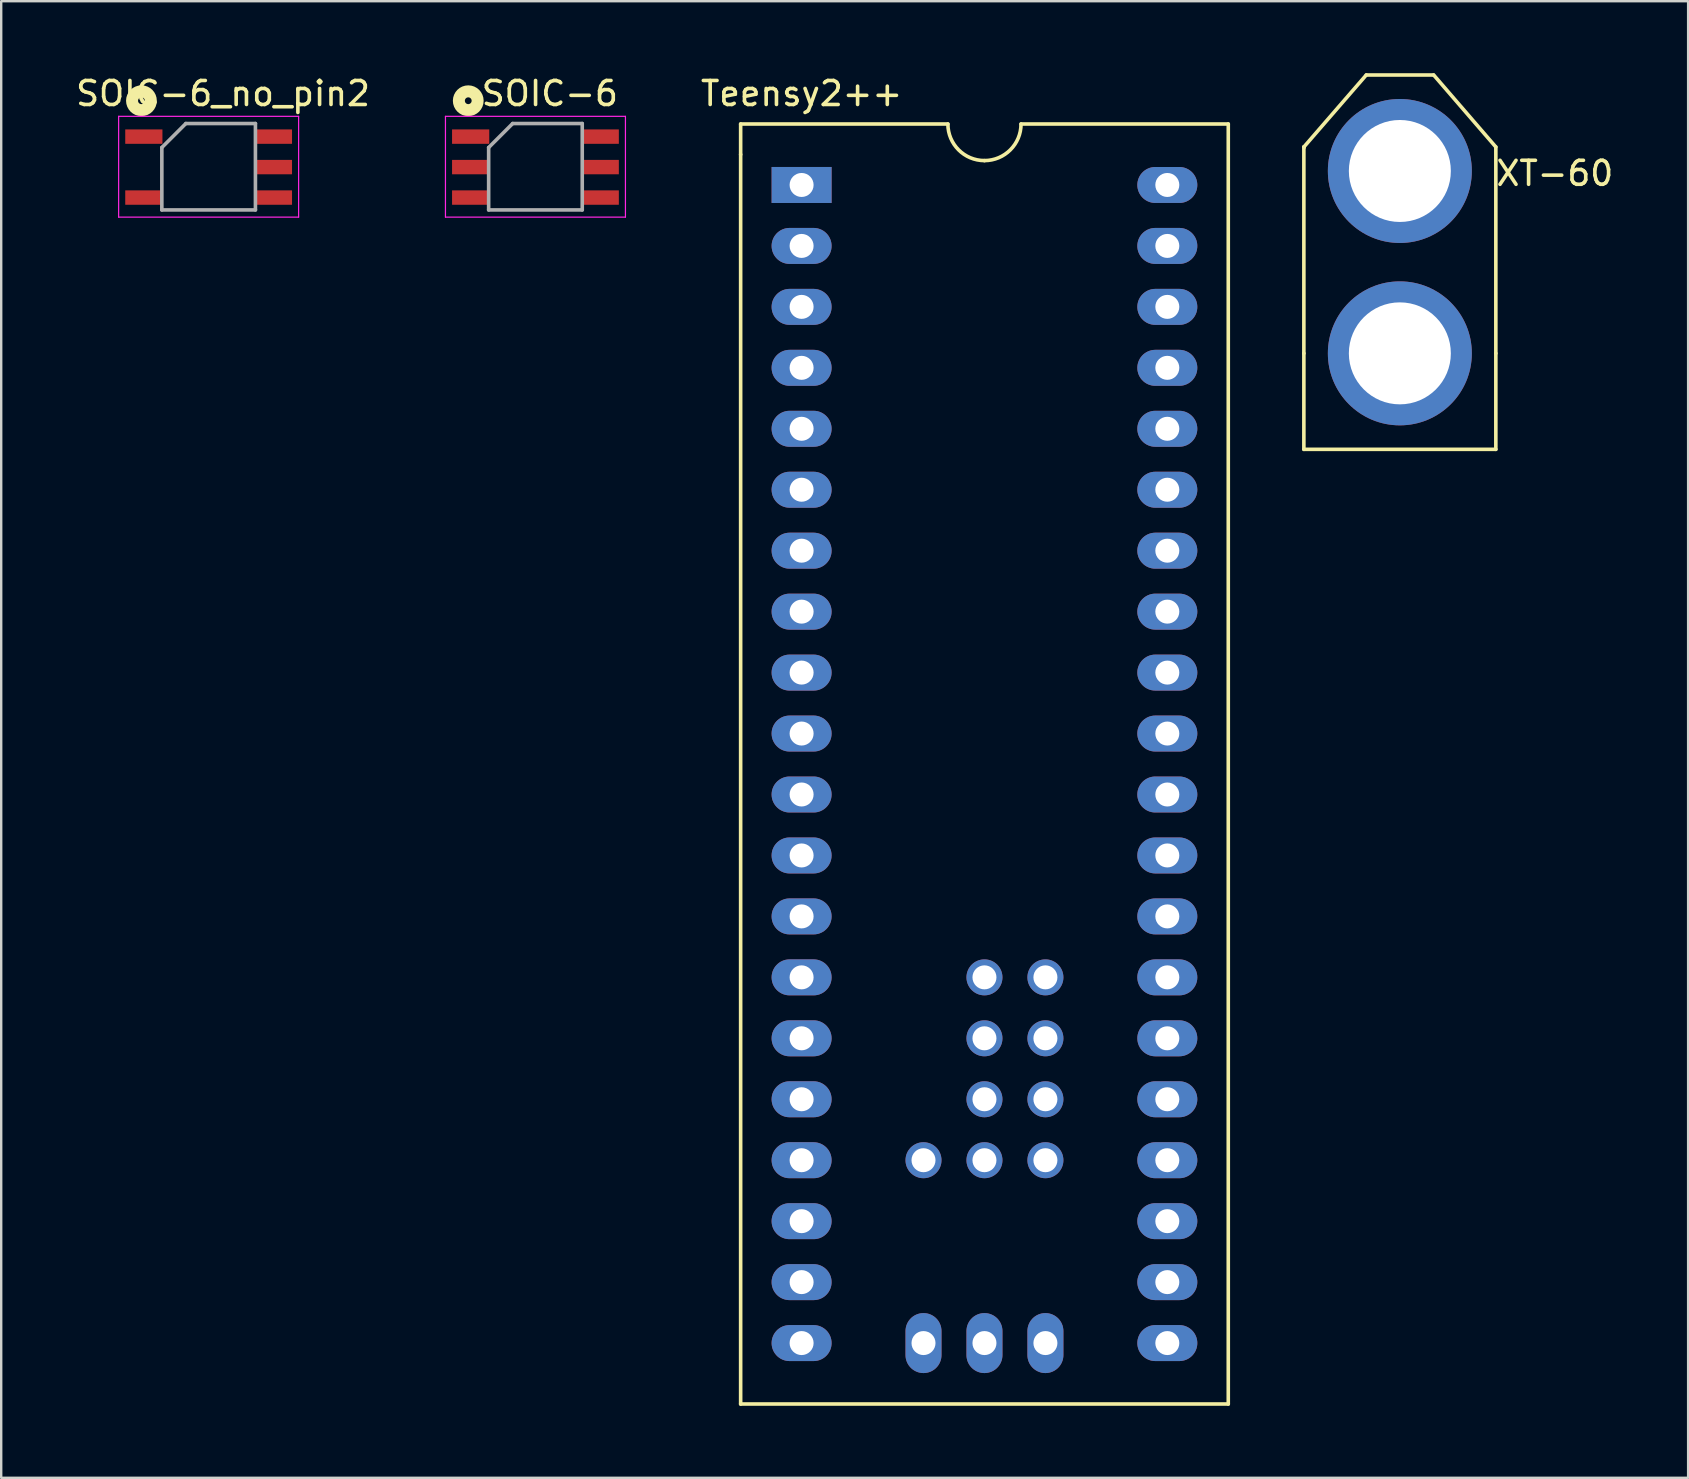
<source format=kicad_pcb>
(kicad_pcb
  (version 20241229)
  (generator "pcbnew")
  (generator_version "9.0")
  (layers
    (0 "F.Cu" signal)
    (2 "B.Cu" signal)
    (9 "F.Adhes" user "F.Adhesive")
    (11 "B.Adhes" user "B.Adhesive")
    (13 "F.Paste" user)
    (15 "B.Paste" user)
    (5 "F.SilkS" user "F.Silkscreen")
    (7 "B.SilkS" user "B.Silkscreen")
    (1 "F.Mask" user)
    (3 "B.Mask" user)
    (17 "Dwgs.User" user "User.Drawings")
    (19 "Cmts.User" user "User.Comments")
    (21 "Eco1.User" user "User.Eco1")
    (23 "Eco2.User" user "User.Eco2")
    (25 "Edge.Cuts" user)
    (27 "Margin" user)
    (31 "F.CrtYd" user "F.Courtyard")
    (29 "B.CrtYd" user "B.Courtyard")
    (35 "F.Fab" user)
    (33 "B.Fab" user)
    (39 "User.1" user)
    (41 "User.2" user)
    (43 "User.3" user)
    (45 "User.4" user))
  (footprint "Teensy2++"
    (layer "F.Cu")
    (at 30.354 4.658)
    (property "Reference" "Teensy2++" (at 0 -3.81 0) (layer "F.SilkS") (effects (font (size 1 1) (thickness 0.15))))
    (attr through_hole)
    (fp_line (start -2.54 -2.54) (end -2.54 -1.27) (stroke (width 0.15) (type solid)) (layer "F.SilkS"))
    (fp_line (start -2.54 -1.27) (end -2.54 50.8) (stroke (width 0.15) (type solid)) (layer "F.SilkS"))
    (fp_line (start -2.54 50.8) (end 17.78 50.8) (stroke (width 0.15) (type solid)) (layer "F.SilkS"))
    (fp_line (start 6.096 -2.54) (end -2.54 -2.54) (stroke (width 0.15) (type solid)) (layer "F.SilkS"))
    (fp_line (start 9.144 -2.54) (end 17.78 -2.54) (stroke (width 0.15) (type solid)) (layer "F.SilkS"))
    (fp_line (start 17.78 50.8) (end 17.78 -2.54) (stroke (width 0.15) (type solid)) (layer "F.SilkS"))
    (fp_arc (start 7.62 -1.016) (mid 6.542369 -1.462369) (end 6.096 -2.54) (stroke (width 0.15) (type solid)) (layer "F.SilkS"))
    (fp_arc (start 9.144 -2.54) (mid 8.697631 -1.462369) (end 7.62 -1.016) (stroke (width 0.15) (type solid)) (layer "F.SilkS"))
    (pad "1" thru_hole rect (at 0 0) (size 2.5 1.5) (drill 1) (layers "*.Cu" "*.Mask"))
    (pad "2" thru_hole oval (at 0 2.54) (size 2.5 1.5) (drill 1) (layers "*.Cu" "*.Mask"))
    (pad "3" thru_hole oval (at 0 5.08) (size 2.5 1.5) (drill 1) (layers "*.Cu" "*.Mask"))
    (pad "4" thru_hole oval (at 0 7.62) (size 2.5 1.5) (drill 1) (layers "*.Cu" "*.Mask"))
    (pad "5" thru_hole oval (at 0 10.16) (size 2.5 1.5) (drill 1) (layers "*.Cu" "*.Mask"))
    (pad "6" thru_hole oval (at 0 12.7) (size 2.5 1.5) (drill 1) (layers "*.Cu" "*.Mask"))
    (pad "7" thru_hole oval (at 0 15.24) (size 2.5 1.5) (drill 1) (layers "*.Cu" "*.Mask"))
    (pad "8" thru_hole oval (at 0 17.78) (size 2.5 1.5) (drill 1) (layers "*.Cu" "*.Mask"))
    (pad "9" thru_hole oval (at 0 20.32) (size 2.5 1.5) (drill 1) (layers "*.Cu" "*.Mask"))
    (pad "10" thru_hole oval (at 0 22.86) (size 2.5 1.5) (drill 1) (layers "*.Cu" "*.Mask"))
    (pad "11" thru_hole oval (at 0 25.4) (size 2.5 1.5) (drill 1) (layers "*.Cu" "*.Mask"))
    (pad "12" thru_hole oval (at 0 27.94) (size 2.5 1.5) (drill 1) (layers "*.Cu" "*.Mask"))
    (pad "13" thru_hole oval (at 0 30.48) (size 2.5 1.5) (drill 1) (layers "*.Cu" "*.Mask"))
    (pad "14" thru_hole oval (at 0 33.02) (size 2.5 1.5) (drill 1) (layers "*.Cu" "*.Mask"))
    (pad "15" thru_hole oval (at 0 35.56) (size 2.5 1.5) (drill 1) (layers "*.Cu" "*.Mask"))
    (pad "16" thru_hole oval (at 0 38.1) (size 2.5 1.5) (drill 1) (layers "*.Cu" "*.Mask"))
    (pad "17" thru_hole oval (at 0 40.64) (size 2.5 1.5) (drill 1) (layers "*.Cu" "*.Mask"))
    (pad "18" thru_hole oval (at 0 43.18) (size 2.5 1.5) (drill 1) (layers "*.Cu" "*.Mask"))
    (pad "19" thru_hole oval (at 0 45.72) (size 2.5 1.5) (drill 1) (layers "*.Cu" "*.Mask"))
    (pad "20" thru_hole oval (at 0 48.26) (size 2.5 1.5) (drill 1) (layers "*.Cu" "*.Mask"))
    (pad "21" thru_hole oval (at 5.08 48.26) (size 1.5 2.5) (drill 1) (layers "*.Cu" "*.Mask"))
    (pad "22" thru_hole oval (at 7.62 48.26) (size 1.5 2.5) (drill 1) (layers "*.Cu" "*.Mask"))
    (pad "23" thru_hole oval (at 10.16 48.26) (size 1.5 2.5) (drill 1) (layers "*.Cu" "*.Mask"))
    (pad "24" thru_hole oval (at 7.62 33.02) (size 1.5 1.5) (drill 1) (layers "*.Cu" "*.Mask"))
    (pad "25" thru_hole oval (at 10.16 33.02) (size 1.5 1.5) (drill 1) (layers "*.Cu" "*.Mask"))
    (pad "26" thru_hole oval (at 7.62 35.56) (size 1.5 1.5) (drill 1) (layers "*.Cu" "*.Mask"))
    (pad "27" thru_hole oval (at 10.16 35.56) (size 1.5 1.5) (drill 1) (layers "*.Cu" "*.Mask"))
    (pad "28" thru_hole oval (at 7.62 38.1) (size 1.5 1.5) (drill 1) (layers "*.Cu" "*.Mask"))
    (pad "29" thru_hole oval (at 10.16 38.1) (size 1.5 1.5) (drill 1) (layers "*.Cu" "*.Mask"))
    (pad "30" thru_hole oval (at 5.08 40.64) (size 1.5 1.5) (drill 1) (layers "*.Cu" "*.Mask"))
    (pad "31" thru_hole oval (at 7.62 40.64) (size 1.5 1.5) (drill 1) (layers "*.Cu" "*.Mask"))
    (pad "32" thru_hole oval (at 10.16 40.64) (size 1.5 1.5) (drill 1) (layers "*.Cu" "*.Mask"))
    (pad "33" thru_hole oval (at 15.24 48.26) (size 2.5 1.5) (drill 1) (layers "*.Cu" "*.Mask"))
    (pad "34" thru_hole oval (at 15.24 45.72) (size 2.5 1.5) (drill 1) (layers "*.Cu" "*.Mask"))
    (pad "35" thru_hole oval (at 15.24 43.18) (size 2.5 1.5) (drill 1) (layers "*.Cu" "*.Mask"))
    (pad "36" thru_hole oval (at 15.24 40.64) (size 2.5 1.5) (drill 1) (layers "*.Cu" "*.Mask"))
    (pad "37" thru_hole oval (at 15.24 38.1) (size 2.5 1.5) (drill 1) (layers "*.Cu" "*.Mask"))
    (pad "38" thru_hole oval (at 15.24 35.56) (size 2.5 1.5) (drill 1) (layers "*.Cu" "*.Mask"))
    (pad "39" thru_hole oval (at 15.24 33.02) (size 2.5 1.5) (drill 1) (layers "*.Cu" "*.Mask"))
    (pad "40" thru_hole oval (at 15.24 30.48) (size 2.5 1.5) (drill 1) (layers "*.Cu" "*.Mask"))
    (pad "41" thru_hole oval (at 15.24 27.94) (size 2.5 1.5) (drill 1) (layers "*.Cu" "*.Mask"))
    (pad "42" thru_hole oval (at 15.24 25.4) (size 2.5 1.5) (drill 1) (layers "*.Cu" "*.Mask"))
    (pad "43" thru_hole oval (at 15.24 22.86) (size 2.5 1.5) (drill 1) (layers "*.Cu" "*.Mask"))
    (pad "44" thru_hole oval (at 15.24 20.32) (size 2.5 1.5) (drill 1) (layers "*.Cu" "*.Mask"))
    (pad "45" thru_hole oval (at 15.24 17.78) (size 2.5 1.5) (drill 1) (layers "*.Cu" "*.Mask"))
    (pad "46" thru_hole oval (at 15.24 15.24) (size 2.5 1.5) (drill 1) (layers "*.Cu" "*.Mask"))
    (pad "47" thru_hole oval (at 15.24 12.7) (size 2.5 1.5) (drill 1) (layers "*.Cu" "*.Mask"))
    (pad "48" thru_hole oval (at 15.24 10.16) (size 2.5 1.5) (drill 1) (layers "*.Cu" "*.Mask"))
    (pad "49" thru_hole oval (at 15.24 7.62) (size 2.5 1.5) (drill 1) (layers "*.Cu" "*.Mask"))
    (pad "50" thru_hole oval (at 15.24 5.08) (size 2.5 1.5) (drill 1) (layers "*.Cu" "*.Mask"))
    (pad "51" thru_hole oval (at 15.24 2.54) (size 2.5 1.5) (drill 1) (layers "*.Cu" "*.Mask"))
    (pad "52" thru_hole oval (at 15.24 0) (size 2.5 1.5) (drill 1) (layers "*.Cu" "*.Mask")))
  (footprint "SOIC-6_no_pin2"
    (layer "F.Cu")
    (at 5.644 4.548)
    (property "Reference" "SOIC-6_no_pin2" (at 0.6 -3.7 0) (layer "F.SilkS") (effects (font (size 1 1) (thickness 0.15))))
    (attr smd)
    (fp_circle (center -2.8 -3.4) (end -2.7 -3.3) (stroke (width 0.5) (type solid)) (fill no) (layer "F.SilkS"))
    (fp_line (start -3.75 -2.75) (end -3.75 1.45) (stroke (width 0.05) (type solid)) (layer "F.CrtYd"))
    (fp_line (start -3.75 -2.75) (end 3.75 -2.75) (stroke (width 0.05) (type solid)) (layer "F.CrtYd"))
    (fp_line (start -3.75 1.45) (end 3.75 1.45) (stroke (width 0.05) (type solid)) (layer "F.CrtYd"))
    (fp_line (start 3.75 -2.75) (end 3.75 1.45) (stroke (width 0.05) (type solid)) (layer "F.CrtYd"))
    (fp_line (start -1.95 -1.45) (end -1.95 1.15) (stroke (width 0.15) (type solid)) (layer "F.Fab"))
    (fp_line (start -1.95 -1.45) (end -0.95 -2.45) (stroke (width 0.15) (type solid)) (layer "F.Fab"))
    (fp_line (start -0.95 -2.45) (end 1.95 -2.45) (stroke (width 0.15) (type solid)) (layer "F.Fab"))
    (fp_line (start 1.95 -2.45) (end 1.95 1.15) (stroke (width 0.15) (type solid)) (layer "F.Fab"))
    (fp_line (start 1.95 1.15) (end -1.95 1.15) (stroke (width 0.15) (type solid)) (layer "F.Fab"))
    (pad "1" smd rect (at -2.7 -1.905) (size 1.55 0.6) (layers "F.Cu" "F.Mask" "F.Paste"))
    (pad "3" smd rect (at -2.7 0.635) (size 1.55 0.6) (layers "F.Cu" "F.Mask" "F.Paste"))
    (pad "4" smd rect (at 2.7 0.635) (size 1.55 0.6) (layers "F.Cu" "F.Mask" "F.Paste"))
    (pad "5" smd rect (at 2.7 -0.635) (size 1.55 0.6) (layers "F.Cu" "F.Mask" "F.Paste"))
    (pad "6" smd rect (at 2.7 -1.905) (size 1.55 0.6) (layers "F.Cu" "F.Mask" "F.Paste")))
  (footprint "XT-60"
    (layer "F.Cu")
    (at 55.284 11.675)
    (property "Reference" "XT-60" (at 6.46 -7.5 0) (layer "F.SilkS") (effects (font (size 1 1) (thickness 0.15))))
    (attr through_hole)
    (fp_line (start -4 -8.6) (end -4 0) (stroke (width 0.15) (type solid)) (layer "F.SilkS"))
    (fp_line (start -4 -8.6) (end -3.99 -8.58) (stroke (width 0.15) (type solid)) (layer "F.SilkS"))
    (fp_line (start -4 0) (end -4 4) (stroke (width 0.15) (type solid)) (layer "F.SilkS"))
    (fp_line (start -4 4) (end 4 4) (stroke (width 0.15) (type solid)) (layer "F.SilkS"))
    (fp_line (start -1.4 -11.6) (end -4 -8.6) (stroke (width 0.15) (type solid)) (layer "F.SilkS"))
    (fp_line (start -1.4 -11.6) (end 1.4 -11.6) (stroke (width 0.15) (type solid)) (layer "F.SilkS"))
    (fp_line (start 1.41 -11.6) (end 4 -8.6) (stroke (width 0.15) (type solid)) (layer "F.SilkS"))
    (fp_line (start 4 -8.6) (end 4 0) (stroke (width 0.15) (type solid)) (layer "F.SilkS"))
    (fp_line (start 4 0) (end 4 4) (stroke (width 0.15) (type solid)) (layer "F.SilkS"))
    (pad "1" thru_hole circle (at 0 0) (size 6 6) (drill 4.25) (layers "*.Cu" "*.Mask"))
    (pad "2" thru_hole circle (at 0 -7.6) (size 6 6) (drill 4.25) (layers "*.Cu" "*.Mask")))
  (footprint "SOIC-6"
    (layer "F.Cu")
    (at 19.263 4.548)
    (property "Reference" "SOIC-6" (at 0.6 -3.7 0) (layer "F.SilkS") (effects (font (size 1 1) (thickness 0.15))))
    (attr smd)
    (fp_circle (center -2.8 -3.4) (end -2.7 -3.3) (stroke (width 0.5) (type solid)) (fill no) (layer "F.SilkS"))
    (fp_line (start -3.75 -2.75) (end -3.75 1.45) (stroke (width 0.05) (type solid)) (layer "F.CrtYd"))
    (fp_line (start -3.75 -2.75) (end 3.75 -2.75) (stroke (width 0.05) (type solid)) (layer "F.CrtYd"))
    (fp_line (start -3.75 1.45) (end 3.75 1.45) (stroke (width 0.05) (type solid)) (layer "F.CrtYd"))
    (fp_line (start 3.75 -2.75) (end 3.75 1.45) (stroke (width 0.05) (type solid)) (layer "F.CrtYd"))
    (fp_line (start -1.95 -1.45) (end -1.95 1.15) (stroke (width 0.15) (type solid)) (layer "F.Fab"))
    (fp_line (start -1.95 -1.45) (end -0.95 -2.45) (stroke (width 0.15) (type solid)) (layer "F.Fab"))
    (fp_line (start -0.95 -2.45) (end 1.95 -2.45) (stroke (width 0.15) (type solid)) (layer "F.Fab"))
    (fp_line (start 1.95 -2.45) (end 1.95 1.15) (stroke (width 0.15) (type solid)) (layer "F.Fab"))
    (fp_line (start 1.95 1.15) (end -1.95 1.15) (stroke (width 0.15) (type solid)) (layer "F.Fab"))
    (pad "1" smd rect (at -2.7 -1.905) (size 1.55 0.6) (layers "F.Cu" "F.Mask" "F.Paste"))
    (pad "2" smd rect (at -2.7 -0.635) (size 1.55 0.6) (layers "F.Cu" "F.Mask" "F.Paste"))
    (pad "3" smd rect (at -2.7 0.635) (size 1.55 0.6) (layers "F.Cu" "F.Mask" "F.Paste"))
    (pad "4" smd rect (at 2.7 0.635) (size 1.55 0.6) (layers "F.Cu" "F.Mask" "F.Paste"))
    (pad "5" smd rect (at 2.7 -0.635) (size 1.55 0.6) (layers "F.Cu" "F.Mask" "F.Paste"))
    (pad "6" smd rect (at 2.7 -1.905) (size 1.55 0.6) (layers "F.Cu" "F.Mask" "F.Paste")))
  (gr_rect
    (start -3 -3)
    (end 67.297 58.533)
    (stroke (width 0.1) (type default))
    (fill no)
    (layer "Edge.Cuts")))
</source>
